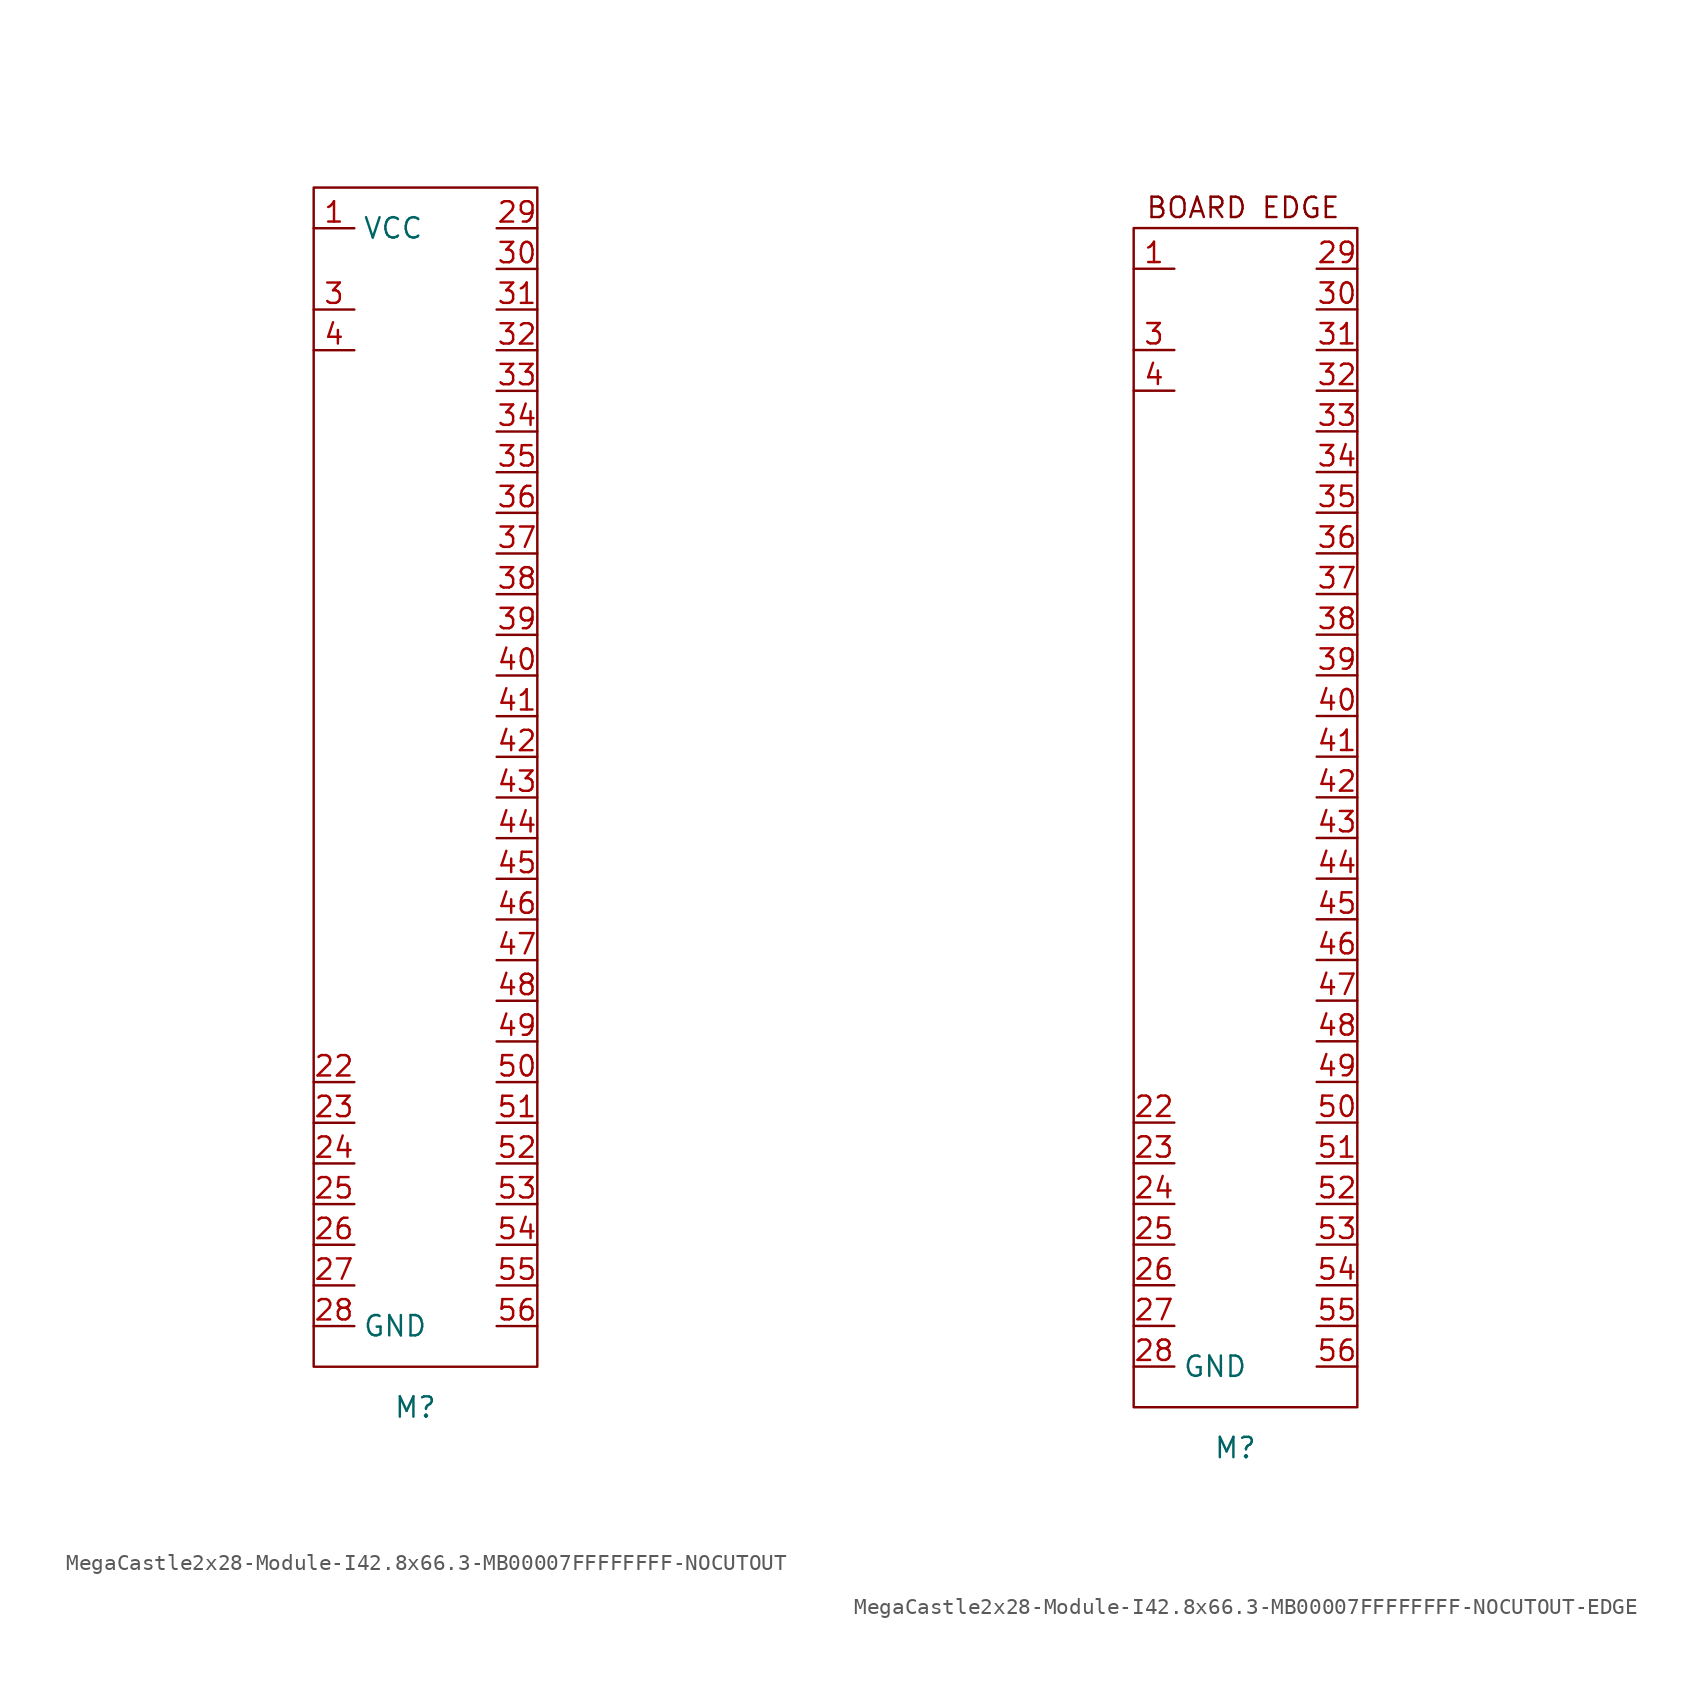
<source format=kicad_sym>
(kicad_symbol_lib
  (version 20231120)
  (generator "kicad_symbol_editor")
  (generator_version "8.0")
  (symbol "MegaCastle2x28-Module-I42.8x66.3-MB00007FFFFFFFF-NOCUTOUT"
    (property "Reference" "M"
      (at 0 -39.37 0)
      (effects (font (size 1.27 1.27))))
    (property "Value" ""
      (at 0 5.08 0)
      (effects (font (size 1.27 1.27))))
    (symbol "MegaCastle2x28-Module-I42.8x66.3-MB00007FFFFFFFF-NOCUTOUT_0_1"
      (rectangle (start -6.35 36.83) (end 7.62 -36.83) (stroke (width 0) (type default)) (fill (type none))))
    (symbol "MegaCastle2x28-Module-I42.8x66.3-MB00007FFFFFFFF-NOCUTOUT_1_1"
      (pin bidirectional line (at -6.35 34.29 0) (length 2.54) (name "VCC" (effects (font (size 1.27 1.27)))) (number "1" (effects (font (size 1.27 1.27)))))
      (pin bidirectional line (at -6.35 -19.05 0) (length 2.54) (name "" (effects (font (size 1.27 1.27)))) (number "22" (effects (font (size 1.27 1.27)))))
      (pin bidirectional line (at -6.35 -21.59 0) (length 2.54) (name "" (effects (font (size 1.27 1.27)))) (number "23" (effects (font (size 1.27 1.27)))))
      (pin bidirectional line (at -6.35 -24.13 0) (length 2.54) (name "" (effects (font (size 1.27 1.27)))) (number "24" (effects (font (size 1.27 1.27)))))
      (pin bidirectional line (at -6.35 -26.67 0) (length 2.54) (name "" (effects (font (size 1.27 1.27)))) (number "25" (effects (font (size 1.27 1.27)))))
      (pin bidirectional line (at -6.35 -29.21 0) (length 2.54) (name "" (effects (font (size 1.27 1.27)))) (number "26" (effects (font (size 1.27 1.27)))))
      (pin bidirectional line (at -6.35 -31.75 0) (length 2.54) (name "" (effects (font (size 1.27 1.27)))) (number "27" (effects (font (size 1.27 1.27)))))
      (pin bidirectional line (at -6.35 -34.29 0) (length 2.54) (name "GND" (effects (font (size 1.27 1.27)))) (number "28" (effects (font (size 1.27 1.27)))))
      (pin bidirectional line (at 7.62 34.29 180) (length 2.54) (name "" (effects (font (size 1.27 1.27)))) (number "29" (effects (font (size 1.27 1.27)))))
      (pin bidirectional line (at -6.35 29.21 0) (length 2.54) (name "" (effects (font (size 1.27 1.27)))) (number "3" (effects (font (size 1.27 1.27)))))
      (pin bidirectional line (at 7.62 31.75 180) (length 2.54) (name "" (effects (font (size 1.27 1.27)))) (number "30" (effects (font (size 1.27 1.27)))))
      (pin bidirectional line (at 7.62 29.21 180) (length 2.54) (name "" (effects (font (size 1.27 1.27)))) (number "31" (effects (font (size 1.27 1.27)))))
      (pin bidirectional line (at 7.62 26.67 180) (length 2.54) (name "" (effects (font (size 1.27 1.27)))) (number "32" (effects (font (size 1.27 1.27)))))
      (pin bidirectional line (at 7.62 24.13 180) (length 2.54) (name "" (effects (font (size 1.27 1.27)))) (number "33" (effects (font (size 1.27 1.27)))))
      (pin bidirectional line (at 7.62 21.59 180) (length 2.54) (name "" (effects (font (size 1.27 1.27)))) (number "34" (effects (font (size 1.27 1.27)))))
      (pin bidirectional line (at 7.62 19.05 180) (length 2.54) (name "" (effects (font (size 1.27 1.27)))) (number "35" (effects (font (size 1.27 1.27)))))
      (pin bidirectional line (at 7.62 16.51 180) (length 2.54) (name "" (effects (font (size 1.27 1.27)))) (number "36" (effects (font (size 1.27 1.27)))))
      (pin bidirectional line (at 7.62 13.97 180) (length 2.54) (name "" (effects (font (size 1.27 1.27)))) (number "37" (effects (font (size 1.27 1.27)))))
      (pin bidirectional line (at 7.62 11.43 180) (length 2.54) (name "" (effects (font (size 1.27 1.27)))) (number "38" (effects (font (size 1.27 1.27)))))
      (pin bidirectional line (at 7.62 8.89 180) (length 2.54) (name "" (effects (font (size 1.27 1.27)))) (number "39" (effects (font (size 1.27 1.27)))))
      (pin bidirectional line (at -6.35 26.67 0) (length 2.54) (name "" (effects (font (size 1.27 1.27)))) (number "4" (effects (font (size 1.27 1.27)))))
      (pin bidirectional line (at 7.62 6.35 180) (length 2.54) (name "" (effects (font (size 1.27 1.27)))) (number "40" (effects (font (size 1.27 1.27)))))
      (pin bidirectional line (at 7.62 3.81 180) (length 2.54) (name "" (effects (font (size 1.27 1.27)))) (number "41" (effects (font (size 1.27 1.27)))))
      (pin bidirectional line (at 7.62 1.27 180) (length 2.54) (name "" (effects (font (size 1.27 1.27)))) (number "42" (effects (font (size 1.27 1.27)))))
      (pin bidirectional line (at 7.62 -1.27 180) (length 2.54) (name "" (effects (font (size 1.27 1.27)))) (number "43" (effects (font (size 1.27 1.27)))))
      (pin bidirectional line (at 7.62 -3.81 180) (length 2.54) (name "" (effects (font (size 1.27 1.27)))) (number "44" (effects (font (size 1.27 1.27)))))
      (pin bidirectional line (at 7.62 -6.35 180) (length 2.54) (name "" (effects (font (size 1.27 1.27)))) (number "45" (effects (font (size 1.27 1.27)))))
      (pin bidirectional line (at 7.62 -8.89 180) (length 2.54) (name "" (effects (font (size 1.27 1.27)))) (number "46" (effects (font (size 1.27 1.27)))))
      (pin bidirectional line (at 7.62 -11.43 180) (length 2.54) (name "" (effects (font (size 1.27 1.27)))) (number "47" (effects (font (size 1.27 1.27)))))
      (pin bidirectional line (at 7.62 -13.97 180) (length 2.54) (name "" (effects (font (size 1.27 1.27)))) (number "48" (effects (font (size 1.27 1.27)))))
      (pin bidirectional line (at 7.62 -16.51 180) (length 2.54) (name "" (effects (font (size 1.27 1.27)))) (number "49" (effects (font (size 1.27 1.27)))))
      (pin bidirectional line (at 7.62 -19.05 180) (length 2.54) (name "" (effects (font (size 1.27 1.27)))) (number "50" (effects (font (size 1.27 1.27)))))
      (pin bidirectional line (at 7.62 -21.59 180) (length 2.54) (name "" (effects (font (size 1.27 1.27)))) (number "51" (effects (font (size 1.27 1.27)))))
      (pin bidirectional line (at 7.62 -24.13 180) (length 2.54) (name "" (effects (font (size 1.27 1.27)))) (number "52" (effects (font (size 1.27 1.27)))))
      (pin bidirectional line (at 7.62 -26.67 180) (length 2.54) (name "" (effects (font (size 1.27 1.27)))) (number "53" (effects (font (size 1.27 1.27)))))
      (pin bidirectional line (at 7.62 -29.21 180) (length 2.54) (name "" (effects (font (size 1.27 1.27)))) (number "54" (effects (font (size 1.27 1.27)))))
      (pin bidirectional line (at 7.62 -31.75 180) (length 2.54) (name "" (effects (font (size 1.27 1.27)))) (number "55" (effects (font (size 1.27 1.27)))))
      (pin bidirectional line (at 7.62 -34.29 180) (length 2.54) (name "" (effects (font (size 1.27 1.27)))) (number "56" (effects (font (size 1.27 1.27)))))))
  (symbol "MegaCastle2x28-Module-I42.8x66.3-MB00007FFFFFFFF-NOCUTOUT-EDGE"
    (property "Reference" "M"
      (at 0 -39.37 0)
      (effects (font (size 1.27 1.27))))
    (property "Value" ""
      (at 0 5.08 0)
      (effects (font (size 1.27 1.27))))
    (symbol "MegaCastle2x28-Module-I42.8x66.3-MB00007FFFFFFFF-NOCUTOUT-EDGE_0_1"
      (rectangle (start -6.35 36.83) (end 7.62 -36.83) (stroke (width 0) (type default)) (fill (type none))))
    (symbol "MegaCastle2x28-Module-I42.8x66.3-MB00007FFFFFFFF-NOCUTOUT-EDGE_1_1"
      (text " BOARD EDGE" (at 0 38.1 0) (effects (font (size 1.27 1.27))))
      (pin bidirectional line (at -6.35 34.29 0) (length 2.54) (name "" (effects (font (size 1.27 1.27)))) (number "1" (effects (font (size 1.27 1.27)))))
      (pin bidirectional line (at -6.35 -19.05 0) (length 2.54) (name "" (effects (font (size 1.27 1.27)))) (number "22" (effects (font (size 1.27 1.27)))))
      (pin bidirectional line (at -6.35 -21.59 0) (length 2.54) (name "" (effects (font (size 1.27 1.27)))) (number "23" (effects (font (size 1.27 1.27)))))
      (pin bidirectional line (at -6.35 -24.13 0) (length 2.54) (name "" (effects (font (size 1.27 1.27)))) (number "24" (effects (font (size 1.27 1.27)))))
      (pin bidirectional line (at -6.35 -26.67 0) (length 2.54) (name "" (effects (font (size 1.27 1.27)))) (number "25" (effects (font (size 1.27 1.27)))))
      (pin bidirectional line (at -6.35 -29.21 0) (length 2.54) (name "" (effects (font (size 1.27 1.27)))) (number "26" (effects (font (size 1.27 1.27)))))
      (pin bidirectional line (at -6.35 -31.75 0) (length 2.54) (name "" (effects (font (size 1.27 1.27)))) (number "27" (effects (font (size 1.27 1.27)))))
      (pin bidirectional line (at -6.35 -34.29 0) (length 2.54) (name "GND" (effects (font (size 1.27 1.27)))) (number "28" (effects (font (size 1.27 1.27)))))
      (pin bidirectional line (at 7.62 34.29 180) (length 2.54) (name "" (effects (font (size 1.27 1.27)))) (number "29" (effects (font (size 1.27 1.27)))))
      (pin bidirectional line (at -6.35 29.21 0) (length 2.54) (name "" (effects (font (size 1.27 1.27)))) (number "3" (effects (font (size 1.27 1.27)))))
      (pin bidirectional line (at 7.62 31.75 180) (length 2.54) (name "" (effects (font (size 1.27 1.27)))) (number "30" (effects (font (size 1.27 1.27)))))
      (pin bidirectional line (at 7.62 29.21 180) (length 2.54) (name "" (effects (font (size 1.27 1.27)))) (number "31" (effects (font (size 1.27 1.27)))))
      (pin bidirectional line (at 7.62 26.67 180) (length 2.54) (name "" (effects (font (size 1.27 1.27)))) (number "32" (effects (font (size 1.27 1.27)))))
      (pin bidirectional line (at 7.62 24.13 180) (length 2.54) (name "" (effects (font (size 1.27 1.27)))) (number "33" (effects (font (size 1.27 1.27)))))
      (pin bidirectional line (at 7.62 21.59 180) (length 2.54) (name "" (effects (font (size 1.27 1.27)))) (number "34" (effects (font (size 1.27 1.27)))))
      (pin bidirectional line (at 7.62 19.05 180) (length 2.54) (name "" (effects (font (size 1.27 1.27)))) (number "35" (effects (font (size 1.27 1.27)))))
      (pin bidirectional line (at 7.62 16.51 180) (length 2.54) (name "" (effects (font (size 1.27 1.27)))) (number "36" (effects (font (size 1.27 1.27)))))
      (pin bidirectional line (at 7.62 13.97 180) (length 2.54) (name "" (effects (font (size 1.27 1.27)))) (number "37" (effects (font (size 1.27 1.27)))))
      (pin bidirectional line (at 7.62 11.43 180) (length 2.54) (name "" (effects (font (size 1.27 1.27)))) (number "38" (effects (font (size 1.27 1.27)))))
      (pin bidirectional line (at 7.62 8.89 180) (length 2.54) (name "" (effects (font (size 1.27 1.27)))) (number "39" (effects (font (size 1.27 1.27)))))
      (pin bidirectional line (at -6.35 26.67 0) (length 2.54) (name "" (effects (font (size 1.27 1.27)))) (number "4" (effects (font (size 1.27 1.27)))))
      (pin bidirectional line (at 7.62 6.35 180) (length 2.54) (name "" (effects (font (size 1.27 1.27)))) (number "40" (effects (font (size 1.27 1.27)))))
      (pin bidirectional line (at 7.62 3.81 180) (length 2.54) (name "" (effects (font (size 1.27 1.27)))) (number "41" (effects (font (size 1.27 1.27)))))
      (pin bidirectional line (at 7.62 1.27 180) (length 2.54) (name "" (effects (font (size 1.27 1.27)))) (number "42" (effects (font (size 1.27 1.27)))))
      (pin bidirectional line (at 7.62 -1.27 180) (length 2.54) (name "" (effects (font (size 1.27 1.27)))) (number "43" (effects (font (size 1.27 1.27)))))
      (pin bidirectional line (at 7.62 -3.81 180) (length 2.54) (name "" (effects (font (size 1.27 1.27)))) (number "44" (effects (font (size 1.27 1.27)))))
      (pin bidirectional line (at 7.62 -6.35 180) (length 2.54) (name "" (effects (font (size 1.27 1.27)))) (number "45" (effects (font (size 1.27 1.27)))))
      (pin bidirectional line (at 7.62 -8.89 180) (length 2.54) (name "" (effects (font (size 1.27 1.27)))) (number "46" (effects (font (size 1.27 1.27)))))
      (pin bidirectional line (at 7.62 -11.43 180) (length 2.54) (name "" (effects (font (size 1.27 1.27)))) (number "47" (effects (font (size 1.27 1.27)))))
      (pin bidirectional line (at 7.62 -13.97 180) (length 2.54) (name "" (effects (font (size 1.27 1.27)))) (number "48" (effects (font (size 1.27 1.27)))))
      (pin bidirectional line (at 7.62 -16.51 180) (length 2.54) (name "" (effects (font (size 1.27 1.27)))) (number "49" (effects (font (size 1.27 1.27)))))
      (pin bidirectional line (at 7.62 -19.05 180) (length 2.54) (name "" (effects (font (size 1.27 1.27)))) (number "50" (effects (font (size 1.27 1.27)))))
      (pin bidirectional line (at 7.62 -21.59 180) (length 2.54) (name "" (effects (font (size 1.27 1.27)))) (number "51" (effects (font (size 1.27 1.27)))))
      (pin bidirectional line (at 7.62 -24.13 180) (length 2.54) (name "" (effects (font (size 1.27 1.27)))) (number "52" (effects (font (size 1.27 1.27)))))
      (pin bidirectional line (at 7.62 -26.67 180) (length 2.54) (name "" (effects (font (size 1.27 1.27)))) (number "53" (effects (font (size 1.27 1.27)))))
      (pin bidirectional line (at 7.62 -29.21 180) (length 2.54) (name "" (effects (font (size 1.27 1.27)))) (number "54" (effects (font (size 1.27 1.27)))))
      (pin bidirectional line (at 7.62 -31.75 180) (length 2.54) (name "" (effects (font (size 1.27 1.27)))) (number "55" (effects (font (size 1.27 1.27)))))
      (pin bidirectional line (at 7.62 -34.29 180) (length 2.54) (name "" (effects (font (size 1.27 1.27)))) (number "56" (effects (font (size 1.27 1.27))))))))
</source>
